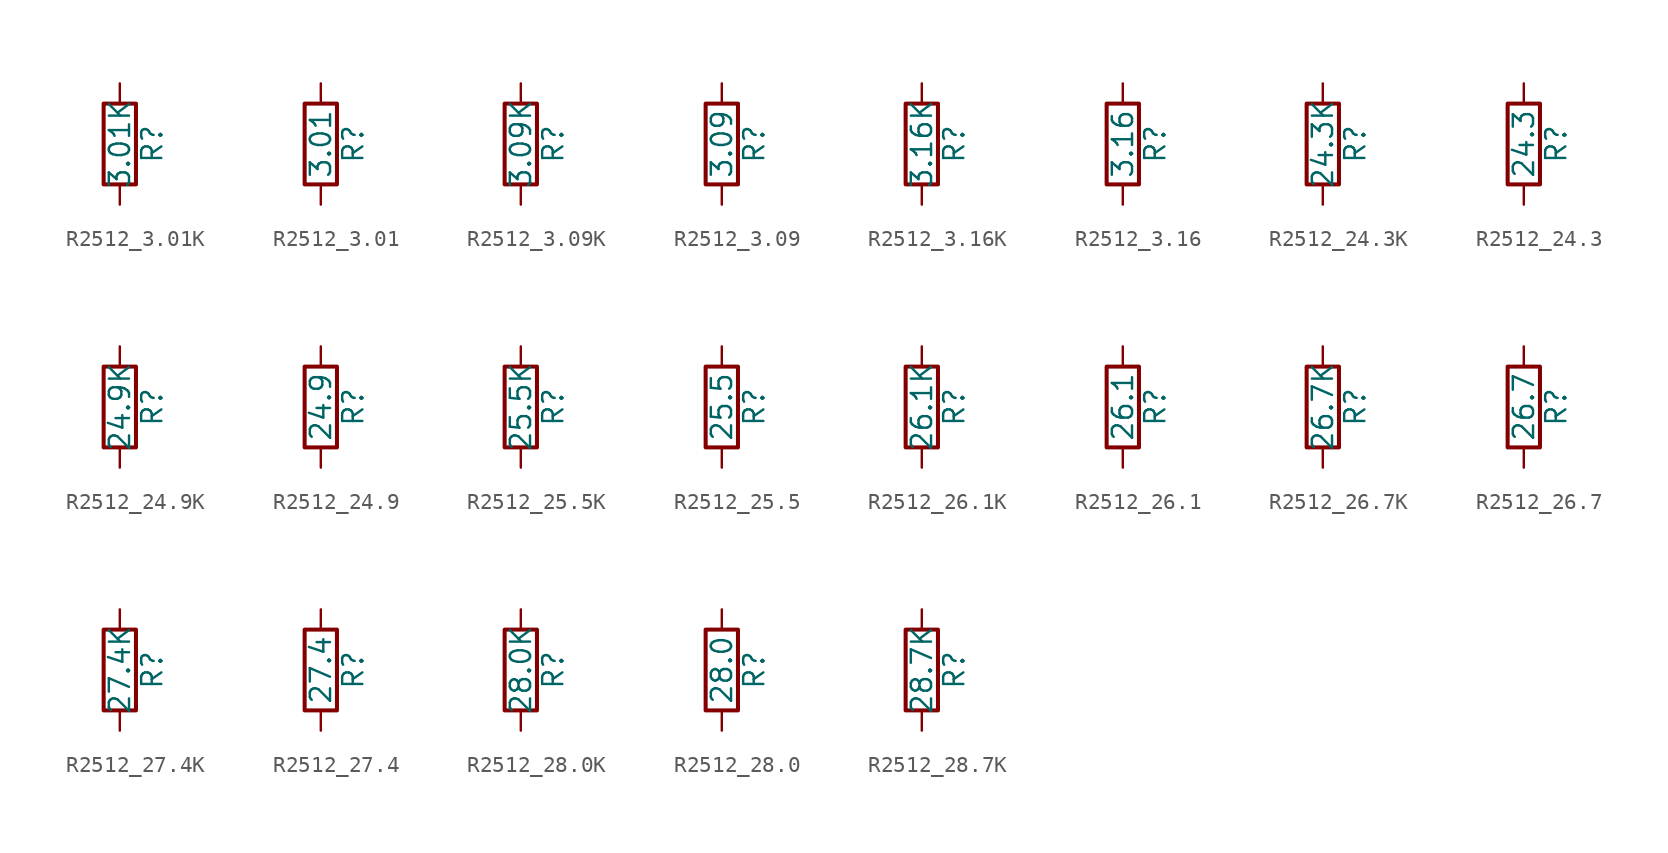
<source format=kicad_sym>
(kicad_symbol_lib
  (version 20211014)
  (generator atlantix-eda)
  (symbol "R2512_3.01K"
    (pin_numbers hide)
    (pin_names
      (offset 0))
    (property "Reference" "R"
      (at 2.032 0 90)
      (effects (font (size 1.27 1.27))))
    (property "Value" "3.01K"
      (at 0 0 90)
      (effects (font (size 1.27 1.27))))
    (symbol "R2512_3.01K_0_1"
      (rectangle (start -1.016 -2.54) (end 1.016 2.54) (stroke (width 0.254) (type default) (color 0 0 0 0)) (fill (type none))))
    (symbol "R2512_3.01K_1_1"
      (pin passive line (at 0 3.81 270) (length 1.27) (name "~" (effects (font (size 1.27 1.27)))) (number "1" (effects (font (size 1.27 1.27)))))
      (pin passive line (at 0 -3.81 90) (length 1.27) (name "~" (effects (font (size 1.27 1.27)))) (number "2" (effects (font (size 1.27 1.27)))))))
  (symbol "R2512_3.01"
    (pin_numbers hide)
    (pin_names
      (offset 0))
    (property "Reference" "R"
      (at 2.032 0 90)
      (effects (font (size 1.27 1.27))))
    (property "Value" "3.01"
      (at 0 0 90)
      (effects (font (size 1.27 1.27))))
    (symbol "R2512_3.01_0_1"
      (rectangle (start -1.016 -2.54) (end 1.016 2.54) (stroke (width 0.254) (type default) (color 0 0 0 0)) (fill (type none))))
    (symbol "R2512_3.01_1_1"
      (pin passive line (at 0 3.81 270) (length 1.27) (name "~" (effects (font (size 1.27 1.27)))) (number "1" (effects (font (size 1.27 1.27)))))
      (pin passive line (at 0 -3.81 90) (length 1.27) (name "~" (effects (font (size 1.27 1.27)))) (number "2" (effects (font (size 1.27 1.27)))))))
  (symbol "R2512_3.09K"
    (pin_numbers hide)
    (pin_names
      (offset 0))
    (property "Reference" "R"
      (at 2.032 0 90)
      (effects (font (size 1.27 1.27))))
    (property "Value" "3.09K"
      (at 0 0 90)
      (effects (font (size 1.27 1.27))))
    (symbol "R2512_3.09K_0_1"
      (rectangle (start -1.016 -2.54) (end 1.016 2.54) (stroke (width 0.254) (type default) (color 0 0 0 0)) (fill (type none))))
    (symbol "R2512_3.09K_1_1"
      (pin passive line (at 0 3.81 270) (length 1.27) (name "~" (effects (font (size 1.27 1.27)))) (number "1" (effects (font (size 1.27 1.27)))))
      (pin passive line (at 0 -3.81 90) (length 1.27) (name "~" (effects (font (size 1.27 1.27)))) (number "2" (effects (font (size 1.27 1.27)))))))
  (symbol "R2512_3.09"
    (pin_numbers hide)
    (pin_names
      (offset 0))
    (property "Reference" "R"
      (at 2.032 0 90)
      (effects (font (size 1.27 1.27))))
    (property "Value" "3.09"
      (at 0 0 90)
      (effects (font (size 1.27 1.27))))
    (symbol "R2512_3.09_0_1"
      (rectangle (start -1.016 -2.54) (end 1.016 2.54) (stroke (width 0.254) (type default) (color 0 0 0 0)) (fill (type none))))
    (symbol "R2512_3.09_1_1"
      (pin passive line (at 0 3.81 270) (length 1.27) (name "~" (effects (font (size 1.27 1.27)))) (number "1" (effects (font (size 1.27 1.27)))))
      (pin passive line (at 0 -3.81 90) (length 1.27) (name "~" (effects (font (size 1.27 1.27)))) (number "2" (effects (font (size 1.27 1.27)))))))
  (symbol "R2512_3.16K"
    (pin_numbers hide)
    (pin_names
      (offset 0))
    (property "Reference" "R"
      (at 2.032 0 90)
      (effects (font (size 1.27 1.27))))
    (property "Value" "3.16K"
      (at 0 0 90)
      (effects (font (size 1.27 1.27))))
    (symbol "R2512_3.16K_0_1"
      (rectangle (start -1.016 -2.54) (end 1.016 2.54) (stroke (width 0.254) (type default) (color 0 0 0 0)) (fill (type none))))
    (symbol "R2512_3.16K_1_1"
      (pin passive line (at 0 3.81 270) (length 1.27) (name "~" (effects (font (size 1.27 1.27)))) (number "1" (effects (font (size 1.27 1.27)))))
      (pin passive line (at 0 -3.81 90) (length 1.27) (name "~" (effects (font (size 1.27 1.27)))) (number "2" (effects (font (size 1.27 1.27)))))))
  (symbol "R2512_3.16"
    (pin_numbers hide)
    (pin_names
      (offset 0))
    (property "Reference" "R"
      (at 2.032 0 90)
      (effects (font (size 1.27 1.27))))
    (property "Value" "3.16"
      (at 0 0 90)
      (effects (font (size 1.27 1.27))))
    (symbol "R2512_3.16_0_1"
      (rectangle (start -1.016 -2.54) (end 1.016 2.54) (stroke (width 0.254) (type default) (color 0 0 0 0)) (fill (type none))))
    (symbol "R2512_3.16_1_1"
      (pin passive line (at 0 3.81 270) (length 1.27) (name "~" (effects (font (size 1.27 1.27)))) (number "1" (effects (font (size 1.27 1.27)))))
      (pin passive line (at 0 -3.81 90) (length 1.27) (name "~" (effects (font (size 1.27 1.27)))) (number "2" (effects (font (size 1.27 1.27)))))))
  (symbol "R2512_24.3K"
    (pin_numbers hide)
    (pin_names
      (offset 0))
    (property "Reference" "R"
      (at 2.032 0 90)
      (effects (font (size 1.27 1.27))))
    (property "Value" "24.3K"
      (at 0 0 90)
      (effects (font (size 1.27 1.27))))
    (symbol "R2512_24.3K_0_1"
      (rectangle (start -1.016 -2.54) (end 1.016 2.54) (stroke (width 0.254) (type default) (color 0 0 0 0)) (fill (type none))))
    (symbol "R2512_24.3K_1_1"
      (pin passive line (at 0 3.81 270) (length 1.27) (name "~" (effects (font (size 1.27 1.27)))) (number "1" (effects (font (size 1.27 1.27)))))
      (pin passive line (at 0 -3.81 90) (length 1.27) (name "~" (effects (font (size 1.27 1.27)))) (number "2" (effects (font (size 1.27 1.27)))))))
  (symbol "R2512_24.3"
    (pin_numbers hide)
    (pin_names
      (offset 0))
    (property "Reference" "R"
      (at 2.032 0 90)
      (effects (font (size 1.27 1.27))))
    (property "Value" "24.3"
      (at 0 0 90)
      (effects (font (size 1.27 1.27))))
    (symbol "R2512_24.3_0_1"
      (rectangle (start -1.016 -2.54) (end 1.016 2.54) (stroke (width 0.254) (type default) (color 0 0 0 0)) (fill (type none))))
    (symbol "R2512_24.3_1_1"
      (pin passive line (at 0 3.81 270) (length 1.27) (name "~" (effects (font (size 1.27 1.27)))) (number "1" (effects (font (size 1.27 1.27)))))
      (pin passive line (at 0 -3.81 90) (length 1.27) (name "~" (effects (font (size 1.27 1.27)))) (number "2" (effects (font (size 1.27 1.27)))))))
  (symbol "R2512_24.9K"
    (pin_numbers hide)
    (pin_names
      (offset 0))
    (property "Reference" "R"
      (at 2.032 0 90)
      (effects (font (size 1.27 1.27))))
    (property "Value" "24.9K"
      (at 0 0 90)
      (effects (font (size 1.27 1.27))))
    (symbol "R2512_24.9K_0_1"
      (rectangle (start -1.016 -2.54) (end 1.016 2.54) (stroke (width 0.254) (type default) (color 0 0 0 0)) (fill (type none))))
    (symbol "R2512_24.9K_1_1"
      (pin passive line (at 0 3.81 270) (length 1.27) (name "~" (effects (font (size 1.27 1.27)))) (number "1" (effects (font (size 1.27 1.27)))))
      (pin passive line (at 0 -3.81 90) (length 1.27) (name "~" (effects (font (size 1.27 1.27)))) (number "2" (effects (font (size 1.27 1.27)))))))
  (symbol "R2512_24.9"
    (pin_numbers hide)
    (pin_names
      (offset 0))
    (property "Reference" "R"
      (at 2.032 0 90)
      (effects (font (size 1.27 1.27))))
    (property "Value" "24.9"
      (at 0 0 90)
      (effects (font (size 1.27 1.27))))
    (symbol "R2512_24.9_0_1"
      (rectangle (start -1.016 -2.54) (end 1.016 2.54) (stroke (width 0.254) (type default) (color 0 0 0 0)) (fill (type none))))
    (symbol "R2512_24.9_1_1"
      (pin passive line (at 0 3.81 270) (length 1.27) (name "~" (effects (font (size 1.27 1.27)))) (number "1" (effects (font (size 1.27 1.27)))))
      (pin passive line (at 0 -3.81 90) (length 1.27) (name "~" (effects (font (size 1.27 1.27)))) (number "2" (effects (font (size 1.27 1.27)))))))
  (symbol "R2512_25.5K"
    (pin_numbers hide)
    (pin_names
      (offset 0))
    (property "Reference" "R"
      (at 2.032 0 90)
      (effects (font (size 1.27 1.27))))
    (property "Value" "25.5K"
      (at 0 0 90)
      (effects (font (size 1.27 1.27))))
    (symbol "R2512_25.5K_0_1"
      (rectangle (start -1.016 -2.54) (end 1.016 2.54) (stroke (width 0.254) (type default) (color 0 0 0 0)) (fill (type none))))
    (symbol "R2512_25.5K_1_1"
      (pin passive line (at 0 3.81 270) (length 1.27) (name "~" (effects (font (size 1.27 1.27)))) (number "1" (effects (font (size 1.27 1.27)))))
      (pin passive line (at 0 -3.81 90) (length 1.27) (name "~" (effects (font (size 1.27 1.27)))) (number "2" (effects (font (size 1.27 1.27)))))))
  (symbol "R2512_25.5"
    (pin_numbers hide)
    (pin_names
      (offset 0))
    (property "Reference" "R"
      (at 2.032 0 90)
      (effects (font (size 1.27 1.27))))
    (property "Value" "25.5"
      (at 0 0 90)
      (effects (font (size 1.27 1.27))))
    (symbol "R2512_25.5_0_1"
      (rectangle (start -1.016 -2.54) (end 1.016 2.54) (stroke (width 0.254) (type default) (color 0 0 0 0)) (fill (type none))))
    (symbol "R2512_25.5_1_1"
      (pin passive line (at 0 3.81 270) (length 1.27) (name "~" (effects (font (size 1.27 1.27)))) (number "1" (effects (font (size 1.27 1.27)))))
      (pin passive line (at 0 -3.81 90) (length 1.27) (name "~" (effects (font (size 1.27 1.27)))) (number "2" (effects (font (size 1.27 1.27)))))))
  (symbol "R2512_26.1K"
    (pin_numbers hide)
    (pin_names
      (offset 0))
    (property "Reference" "R"
      (at 2.032 0 90)
      (effects (font (size 1.27 1.27))))
    (property "Value" "26.1K"
      (at 0 0 90)
      (effects (font (size 1.27 1.27))))
    (symbol "R2512_26.1K_0_1"
      (rectangle (start -1.016 -2.54) (end 1.016 2.54) (stroke (width 0.254) (type default) (color 0 0 0 0)) (fill (type none))))
    (symbol "R2512_26.1K_1_1"
      (pin passive line (at 0 3.81 270) (length 1.27) (name "~" (effects (font (size 1.27 1.27)))) (number "1" (effects (font (size 1.27 1.27)))))
      (pin passive line (at 0 -3.81 90) (length 1.27) (name "~" (effects (font (size 1.27 1.27)))) (number "2" (effects (font (size 1.27 1.27)))))))
  (symbol "R2512_26.1"
    (pin_numbers hide)
    (pin_names
      (offset 0))
    (property "Reference" "R"
      (at 2.032 0 90)
      (effects (font (size 1.27 1.27))))
    (property "Value" "26.1"
      (at 0 0 90)
      (effects (font (size 1.27 1.27))))
    (symbol "R2512_26.1_0_1"
      (rectangle (start -1.016 -2.54) (end 1.016 2.54) (stroke (width 0.254) (type default) (color 0 0 0 0)) (fill (type none))))
    (symbol "R2512_26.1_1_1"
      (pin passive line (at 0 3.81 270) (length 1.27) (name "~" (effects (font (size 1.27 1.27)))) (number "1" (effects (font (size 1.27 1.27)))))
      (pin passive line (at 0 -3.81 90) (length 1.27) (name "~" (effects (font (size 1.27 1.27)))) (number "2" (effects (font (size 1.27 1.27)))))))
  (symbol "R2512_26.7K"
    (pin_numbers hide)
    (pin_names
      (offset 0))
    (property "Reference" "R"
      (at 2.032 0 90)
      (effects (font (size 1.27 1.27))))
    (property "Value" "26.7K"
      (at 0 0 90)
      (effects (font (size 1.27 1.27))))
    (symbol "R2512_26.7K_0_1"
      (rectangle (start -1.016 -2.54) (end 1.016 2.54) (stroke (width 0.254) (type default) (color 0 0 0 0)) (fill (type none))))
    (symbol "R2512_26.7K_1_1"
      (pin passive line (at 0 3.81 270) (length 1.27) (name "~" (effects (font (size 1.27 1.27)))) (number "1" (effects (font (size 1.27 1.27)))))
      (pin passive line (at 0 -3.81 90) (length 1.27) (name "~" (effects (font (size 1.27 1.27)))) (number "2" (effects (font (size 1.27 1.27)))))))
  (symbol "R2512_26.7"
    (pin_numbers hide)
    (pin_names
      (offset 0))
    (property "Reference" "R"
      (at 2.032 0 90)
      (effects (font (size 1.27 1.27))))
    (property "Value" "26.7"
      (at 0 0 90)
      (effects (font (size 1.27 1.27))))
    (symbol "R2512_26.7_0_1"
      (rectangle (start -1.016 -2.54) (end 1.016 2.54) (stroke (width 0.254) (type default) (color 0 0 0 0)) (fill (type none))))
    (symbol "R2512_26.7_1_1"
      (pin passive line (at 0 3.81 270) (length 1.27) (name "~" (effects (font (size 1.27 1.27)))) (number "1" (effects (font (size 1.27 1.27)))))
      (pin passive line (at 0 -3.81 90) (length 1.27) (name "~" (effects (font (size 1.27 1.27)))) (number "2" (effects (font (size 1.27 1.27)))))))
  (symbol "R2512_27.4K"
    (pin_numbers hide)
    (pin_names
      (offset 0))
    (property "Reference" "R"
      (at 2.032 0 90)
      (effects (font (size 1.27 1.27))))
    (property "Value" "27.4K"
      (at 0 0 90)
      (effects (font (size 1.27 1.27))))
    (symbol "R2512_27.4K_0_1"
      (rectangle (start -1.016 -2.54) (end 1.016 2.54) (stroke (width 0.254) (type default) (color 0 0 0 0)) (fill (type none))))
    (symbol "R2512_27.4K_1_1"
      (pin passive line (at 0 3.81 270) (length 1.27) (name "~" (effects (font (size 1.27 1.27)))) (number "1" (effects (font (size 1.27 1.27)))))
      (pin passive line (at 0 -3.81 90) (length 1.27) (name "~" (effects (font (size 1.27 1.27)))) (number "2" (effects (font (size 1.27 1.27)))))))
  (symbol "R2512_27.4"
    (pin_numbers hide)
    (pin_names
      (offset 0))
    (property "Reference" "R"
      (at 2.032 0 90)
      (effects (font (size 1.27 1.27))))
    (property "Value" "27.4"
      (at 0 0 90)
      (effects (font (size 1.27 1.27))))
    (symbol "R2512_27.4_0_1"
      (rectangle (start -1.016 -2.54) (end 1.016 2.54) (stroke (width 0.254) (type default) (color 0 0 0 0)) (fill (type none))))
    (symbol "R2512_27.4_1_1"
      (pin passive line (at 0 3.81 270) (length 1.27) (name "~" (effects (font (size 1.27 1.27)))) (number "1" (effects (font (size 1.27 1.27)))))
      (pin passive line (at 0 -3.81 90) (length 1.27) (name "~" (effects (font (size 1.27 1.27)))) (number "2" (effects (font (size 1.27 1.27)))))))
  (symbol "R2512_28.0K"
    (pin_numbers hide)
    (pin_names
      (offset 0))
    (property "Reference" "R"
      (at 2.032 0 90)
      (effects (font (size 1.27 1.27))))
    (property "Value" "28.0K"
      (at 0 0 90)
      (effects (font (size 1.27 1.27))))
    (symbol "R2512_28.0K_0_1"
      (rectangle (start -1.016 -2.54) (end 1.016 2.54) (stroke (width 0.254) (type default) (color 0 0 0 0)) (fill (type none))))
    (symbol "R2512_28.0K_1_1"
      (pin passive line (at 0 3.81 270) (length 1.27) (name "~" (effects (font (size 1.27 1.27)))) (number "1" (effects (font (size 1.27 1.27)))))
      (pin passive line (at 0 -3.81 90) (length 1.27) (name "~" (effects (font (size 1.27 1.27)))) (number "2" (effects (font (size 1.27 1.27)))))))
  (symbol "R2512_28.0"
    (pin_numbers hide)
    (pin_names
      (offset 0))
    (property "Reference" "R"
      (at 2.032 0 90)
      (effects (font (size 1.27 1.27))))
    (property "Value" "28.0"
      (at 0 0 90)
      (effects (font (size 1.27 1.27))))
    (symbol "R2512_28.0_0_1"
      (rectangle (start -1.016 -2.54) (end 1.016 2.54) (stroke (width 0.254) (type default) (color 0 0 0 0)) (fill (type none))))
    (symbol "R2512_28.0_1_1"
      (pin passive line (at 0 3.81 270) (length 1.27) (name "~" (effects (font (size 1.27 1.27)))) (number "1" (effects (font (size 1.27 1.27)))))
      (pin passive line (at 0 -3.81 90) (length 1.27) (name "~" (effects (font (size 1.27 1.27)))) (number "2" (effects (font (size 1.27 1.27)))))))
  (symbol "R2512_28.7K"
    (pin_numbers hide)
    (pin_names
      (offset 0))
    (property "Reference" "R"
      (at 2.032 0 90)
      (effects (font (size 1.27 1.27))))
    (property "Value" "28.7K"
      (at 0 0 90)
      (effects (font (size 1.27 1.27))))
    (symbol "R2512_28.7K_0_1"
      (rectangle (start -1.016 -2.54) (end 1.016 2.54) (stroke (width 0.254) (type default) (color 0 0 0 0)) (fill (type none))))
    (symbol "R2512_28.7K_1_1"
      (pin passive line (at 0 3.81 270) (length 1.27) (name "~" (effects (font (size 1.27 1.27)))) (number "1" (effects (font (size 1.27 1.27)))))
      (pin passive line (at 0 -3.81 90) (length 1.27) (name "~" (effects (font (size 1.27 1.27)))) (number "2" (effects (font (size 1.27 1.27))))))))
</source>
